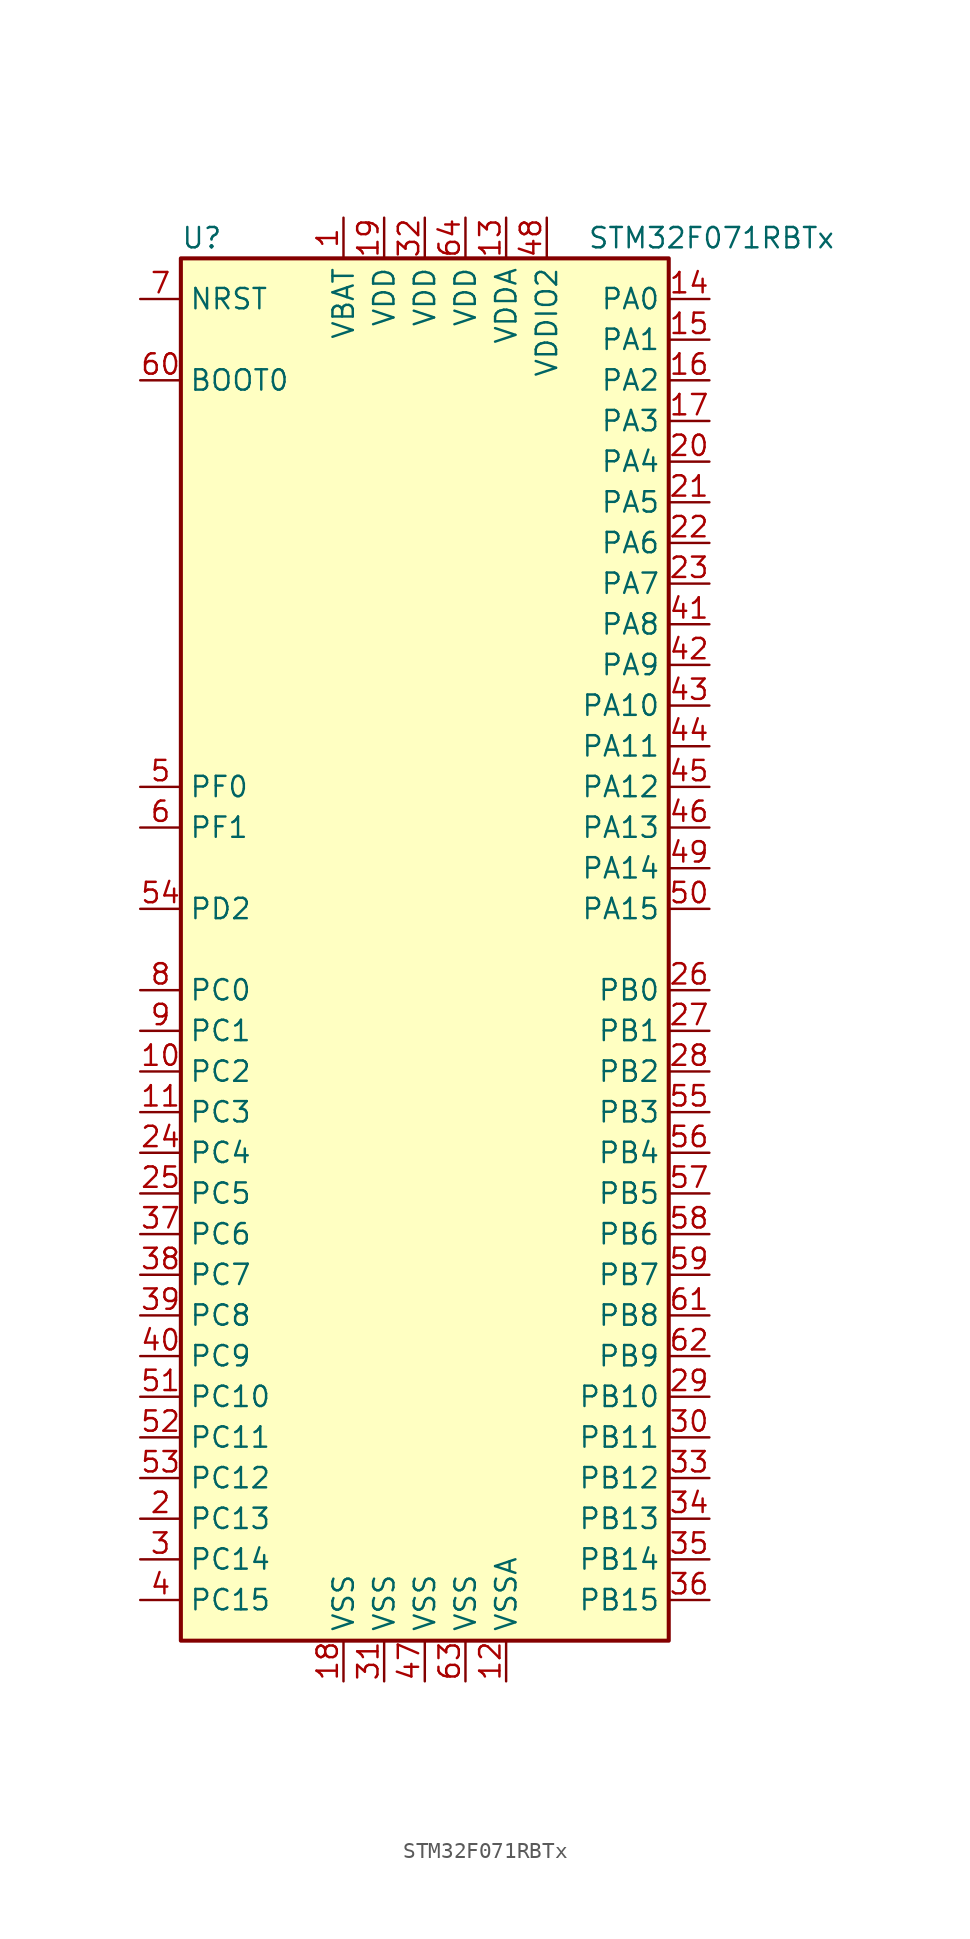
<source format=kicad_sym>
(kicad_symbol_lib
  (version 20201005)
  (generator kicad_symbol_editor)
  (symbol "MCU_ST_STM32F0:STM32F071RBTx"
    (property "Reference" "U"
      (at -15.24 44.45 0)
      (effects (font (size 1.27 1.27)) (justify left)))
    (property "Value" "STM32F071RBTx"
      (at 10.16 44.45 0)
      (effects (font (size 1.27 1.27)) (justify left)))
    (symbol "STM32F071RBTx_0_1"
      (rectangle (start -15.24 -43.18) (end 15.24 43.18) (stroke (width 0.254)) (fill (type background))))
    (symbol "STM32F071RBTx_1_1"
      (pin power_in line (at -5.08 45.72 270) (length 2.54) (name "VBAT" (effects (font (size 1.27 1.27)))) (number "1" (effects (font (size 1.27 1.27)))))
      (pin bidirectional line (at -17.78 -7.62 0) (length 2.54) (name "PC2" (effects (font (size 1.27 1.27)))) (number "10" (effects (font (size 1.27 1.27)))))
      (pin bidirectional line (at -17.78 -10.16 0) (length 2.54) (name "PC3" (effects (font (size 1.27 1.27)))) (number "11" (effects (font (size 1.27 1.27)))))
      (pin power_in line (at 5.08 -45.72 90) (length 2.54) (name "VSSA" (effects (font (size 1.27 1.27)))) (number "12" (effects (font (size 1.27 1.27)))))
      (pin power_in line (at 5.08 45.72 270) (length 2.54) (name "VDDA" (effects (font (size 1.27 1.27)))) (number "13" (effects (font (size 1.27 1.27)))))
      (pin bidirectional line (at 17.78 40.64 180) (length 2.54) (name "PA0" (effects (font (size 1.27 1.27)))) (number "14" (effects (font (size 1.27 1.27)))))
      (pin bidirectional line (at 17.78 38.1 180) (length 2.54) (name "PA1" (effects (font (size 1.27 1.27)))) (number "15" (effects (font (size 1.27 1.27)))))
      (pin bidirectional line (at 17.78 35.56 180) (length 2.54) (name "PA2" (effects (font (size 1.27 1.27)))) (number "16" (effects (font (size 1.27 1.27)))))
      (pin bidirectional line (at 17.78 33.02 180) (length 2.54) (name "PA3" (effects (font (size 1.27 1.27)))) (number "17" (effects (font (size 1.27 1.27)))))
      (pin power_in line (at -5.08 -45.72 90) (length 2.54) (name "VSS" (effects (font (size 1.27 1.27)))) (number "18" (effects (font (size 1.27 1.27)))))
      (pin power_in line (at -2.54 45.72 270) (length 2.54) (name "VDD" (effects (font (size 1.27 1.27)))) (number "19" (effects (font (size 1.27 1.27)))))
      (pin bidirectional line (at -17.78 -35.56 0) (length 2.54) (name "PC13" (effects (font (size 1.27 1.27)))) (number "2" (effects (font (size 1.27 1.27)))))
      (pin bidirectional line (at 17.78 30.48 180) (length 2.54) (name "PA4" (effects (font (size 1.27 1.27)))) (number "20" (effects (font (size 1.27 1.27)))))
      (pin bidirectional line (at 17.78 27.94 180) (length 2.54) (name "PA5" (effects (font (size 1.27 1.27)))) (number "21" (effects (font (size 1.27 1.27)))))
      (pin bidirectional line (at 17.78 25.4 180) (length 2.54) (name "PA6" (effects (font (size 1.27 1.27)))) (number "22" (effects (font (size 1.27 1.27)))))
      (pin bidirectional line (at 17.78 22.86 180) (length 2.54) (name "PA7" (effects (font (size 1.27 1.27)))) (number "23" (effects (font (size 1.27 1.27)))))
      (pin bidirectional line (at -17.78 -12.7 0) (length 2.54) (name "PC4" (effects (font (size 1.27 1.27)))) (number "24" (effects (font (size 1.27 1.27)))))
      (pin bidirectional line (at -17.78 -15.24 0) (length 2.54) (name "PC5" (effects (font (size 1.27 1.27)))) (number "25" (effects (font (size 1.27 1.27)))))
      (pin bidirectional line (at 17.78 -2.54 180) (length 2.54) (name "PB0" (effects (font (size 1.27 1.27)))) (number "26" (effects (font (size 1.27 1.27)))))
      (pin bidirectional line (at 17.78 -5.08 180) (length 2.54) (name "PB1" (effects (font (size 1.27 1.27)))) (number "27" (effects (font (size 1.27 1.27)))))
      (pin bidirectional line (at 17.78 -7.62 180) (length 2.54) (name "PB2" (effects (font (size 1.27 1.27)))) (number "28" (effects (font (size 1.27 1.27)))))
      (pin bidirectional line (at 17.78 -27.94 180) (length 2.54) (name "PB10" (effects (font (size 1.27 1.27)))) (number "29" (effects (font (size 1.27 1.27)))))
      (pin bidirectional line (at -17.78 -38.1 0) (length 2.54) (name "PC14" (effects (font (size 1.27 1.27)))) (number "3" (effects (font (size 1.27 1.27)))))
      (pin bidirectional line (at 17.78 -30.48 180) (length 2.54) (name "PB11" (effects (font (size 1.27 1.27)))) (number "30" (effects (font (size 1.27 1.27)))))
      (pin power_in line (at -2.54 -45.72 90) (length 2.54) (name "VSS" (effects (font (size 1.27 1.27)))) (number "31" (effects (font (size 1.27 1.27)))))
      (pin power_in line (at 0 45.72 270) (length 2.54) (name "VDD" (effects (font (size 1.27 1.27)))) (number "32" (effects (font (size 1.27 1.27)))))
      (pin bidirectional line (at 17.78 -33.02 180) (length 2.54) (name "PB12" (effects (font (size 1.27 1.27)))) (number "33" (effects (font (size 1.27 1.27)))))
      (pin bidirectional line (at 17.78 -35.56 180) (length 2.54) (name "PB13" (effects (font (size 1.27 1.27)))) (number "34" (effects (font (size 1.27 1.27)))))
      (pin bidirectional line (at 17.78 -38.1 180) (length 2.54) (name "PB14" (effects (font (size 1.27 1.27)))) (number "35" (effects (font (size 1.27 1.27)))))
      (pin bidirectional line (at 17.78 -40.64 180) (length 2.54) (name "PB15" (effects (font (size 1.27 1.27)))) (number "36" (effects (font (size 1.27 1.27)))))
      (pin bidirectional line (at -17.78 -17.78 0) (length 2.54) (name "PC6" (effects (font (size 1.27 1.27)))) (number "37" (effects (font (size 1.27 1.27)))))
      (pin bidirectional line (at -17.78 -20.32 0) (length 2.54) (name "PC7" (effects (font (size 1.27 1.27)))) (number "38" (effects (font (size 1.27 1.27)))))
      (pin bidirectional line (at -17.78 -22.86 0) (length 2.54) (name "PC8" (effects (font (size 1.27 1.27)))) (number "39" (effects (font (size 1.27 1.27)))))
      (pin bidirectional line (at -17.78 -40.64 0) (length 2.54) (name "PC15" (effects (font (size 1.27 1.27)))) (number "4" (effects (font (size 1.27 1.27)))))
      (pin bidirectional line (at -17.78 -25.4 0) (length 2.54) (name "PC9" (effects (font (size 1.27 1.27)))) (number "40" (effects (font (size 1.27 1.27)))))
      (pin bidirectional line (at 17.78 20.32 180) (length 2.54) (name "PA8" (effects (font (size 1.27 1.27)))) (number "41" (effects (font (size 1.27 1.27)))))
      (pin bidirectional line (at 17.78 17.78 180) (length 2.54) (name "PA9" (effects (font (size 1.27 1.27)))) (number "42" (effects (font (size 1.27 1.27)))))
      (pin bidirectional line (at 17.78 15.24 180) (length 2.54) (name "PA10" (effects (font (size 1.27 1.27)))) (number "43" (effects (font (size 1.27 1.27)))))
      (pin bidirectional line (at 17.78 12.7 180) (length 2.54) (name "PA11" (effects (font (size 1.27 1.27)))) (number "44" (effects (font (size 1.27 1.27)))))
      (pin bidirectional line (at 17.78 10.16 180) (length 2.54) (name "PA12" (effects (font (size 1.27 1.27)))) (number "45" (effects (font (size 1.27 1.27)))))
      (pin bidirectional line (at 17.78 7.62 180) (length 2.54) (name "PA13" (effects (font (size 1.27 1.27)))) (number "46" (effects (font (size 1.27 1.27)))))
      (pin power_in line (at 0 -45.72 90) (length 2.54) (name "VSS" (effects (font (size 1.27 1.27)))) (number "47" (effects (font (size 1.27 1.27)))))
      (pin power_in line (at 7.62 45.72 270) (length 2.54) (name "VDDIO2" (effects (font (size 1.27 1.27)))) (number "48" (effects (font (size 1.27 1.27)))))
      (pin bidirectional line (at 17.78 5.08 180) (length 2.54) (name "PA14" (effects (font (size 1.27 1.27)))) (number "49" (effects (font (size 1.27 1.27)))))
      (pin input line (at -17.78 10.16 0) (length 2.54) (name "PF0" (effects (font (size 1.27 1.27)))) (number "5" (effects (font (size 1.27 1.27)))))
      (pin bidirectional line (at 17.78 2.54 180) (length 2.54) (name "PA15" (effects (font (size 1.27 1.27)))) (number "50" (effects (font (size 1.27 1.27)))))
      (pin bidirectional line (at -17.78 -27.94 0) (length 2.54) (name "PC10" (effects (font (size 1.27 1.27)))) (number "51" (effects (font (size 1.27 1.27)))))
      (pin bidirectional line (at -17.78 -30.48 0) (length 2.54) (name "PC11" (effects (font (size 1.27 1.27)))) (number "52" (effects (font (size 1.27 1.27)))))
      (pin bidirectional line (at -17.78 -33.02 0) (length 2.54) (name "PC12" (effects (font (size 1.27 1.27)))) (number "53" (effects (font (size 1.27 1.27)))))
      (pin bidirectional line (at -17.78 2.54 0) (length 2.54) (name "PD2" (effects (font (size 1.27 1.27)))) (number "54" (effects (font (size 1.27 1.27)))))
      (pin bidirectional line (at 17.78 -10.16 180) (length 2.54) (name "PB3" (effects (font (size 1.27 1.27)))) (number "55" (effects (font (size 1.27 1.27)))))
      (pin bidirectional line (at 17.78 -12.7 180) (length 2.54) (name "PB4" (effects (font (size 1.27 1.27)))) (number "56" (effects (font (size 1.27 1.27)))))
      (pin bidirectional line (at 17.78 -15.24 180) (length 2.54) (name "PB5" (effects (font (size 1.27 1.27)))) (number "57" (effects (font (size 1.27 1.27)))))
      (pin bidirectional line (at 17.78 -17.78 180) (length 2.54) (name "PB6" (effects (font (size 1.27 1.27)))) (number "58" (effects (font (size 1.27 1.27)))))
      (pin bidirectional line (at 17.78 -20.32 180) (length 2.54) (name "PB7" (effects (font (size 1.27 1.27)))) (number "59" (effects (font (size 1.27 1.27)))))
      (pin input line (at -17.78 7.62 0) (length 2.54) (name "PF1" (effects (font (size 1.27 1.27)))) (number "6" (effects (font (size 1.27 1.27)))))
      (pin input line (at -17.78 35.56 0) (length 2.54) (name "BOOT0" (effects (font (size 1.27 1.27)))) (number "60" (effects (font (size 1.27 1.27)))))
      (pin bidirectional line (at 17.78 -22.86 180) (length 2.54) (name "PB8" (effects (font (size 1.27 1.27)))) (number "61" (effects (font (size 1.27 1.27)))))
      (pin bidirectional line (at 17.78 -25.4 180) (length 2.54) (name "PB9" (effects (font (size 1.27 1.27)))) (number "62" (effects (font (size 1.27 1.27)))))
      (pin power_in line (at 2.54 -45.72 90) (length 2.54) (name "VSS" (effects (font (size 1.27 1.27)))) (number "63" (effects (font (size 1.27 1.27)))))
      (pin power_in line (at 2.54 45.72 270) (length 2.54) (name "VDD" (effects (font (size 1.27 1.27)))) (number "64" (effects (font (size 1.27 1.27)))))
      (pin input line (at -17.78 40.64 0) (length 2.54) (name "NRST" (effects (font (size 1.27 1.27)))) (number "7" (effects (font (size 1.27 1.27)))))
      (pin bidirectional line (at -17.78 -2.54 0) (length 2.54) (name "PC0" (effects (font (size 1.27 1.27)))) (number "8" (effects (font (size 1.27 1.27)))))
      (pin bidirectional line (at -17.78 -5.08 0) (length 2.54) (name "PC1" (effects (font (size 1.27 1.27)))) (number "9" (effects (font (size 1.27 1.27))))))))
</source>
